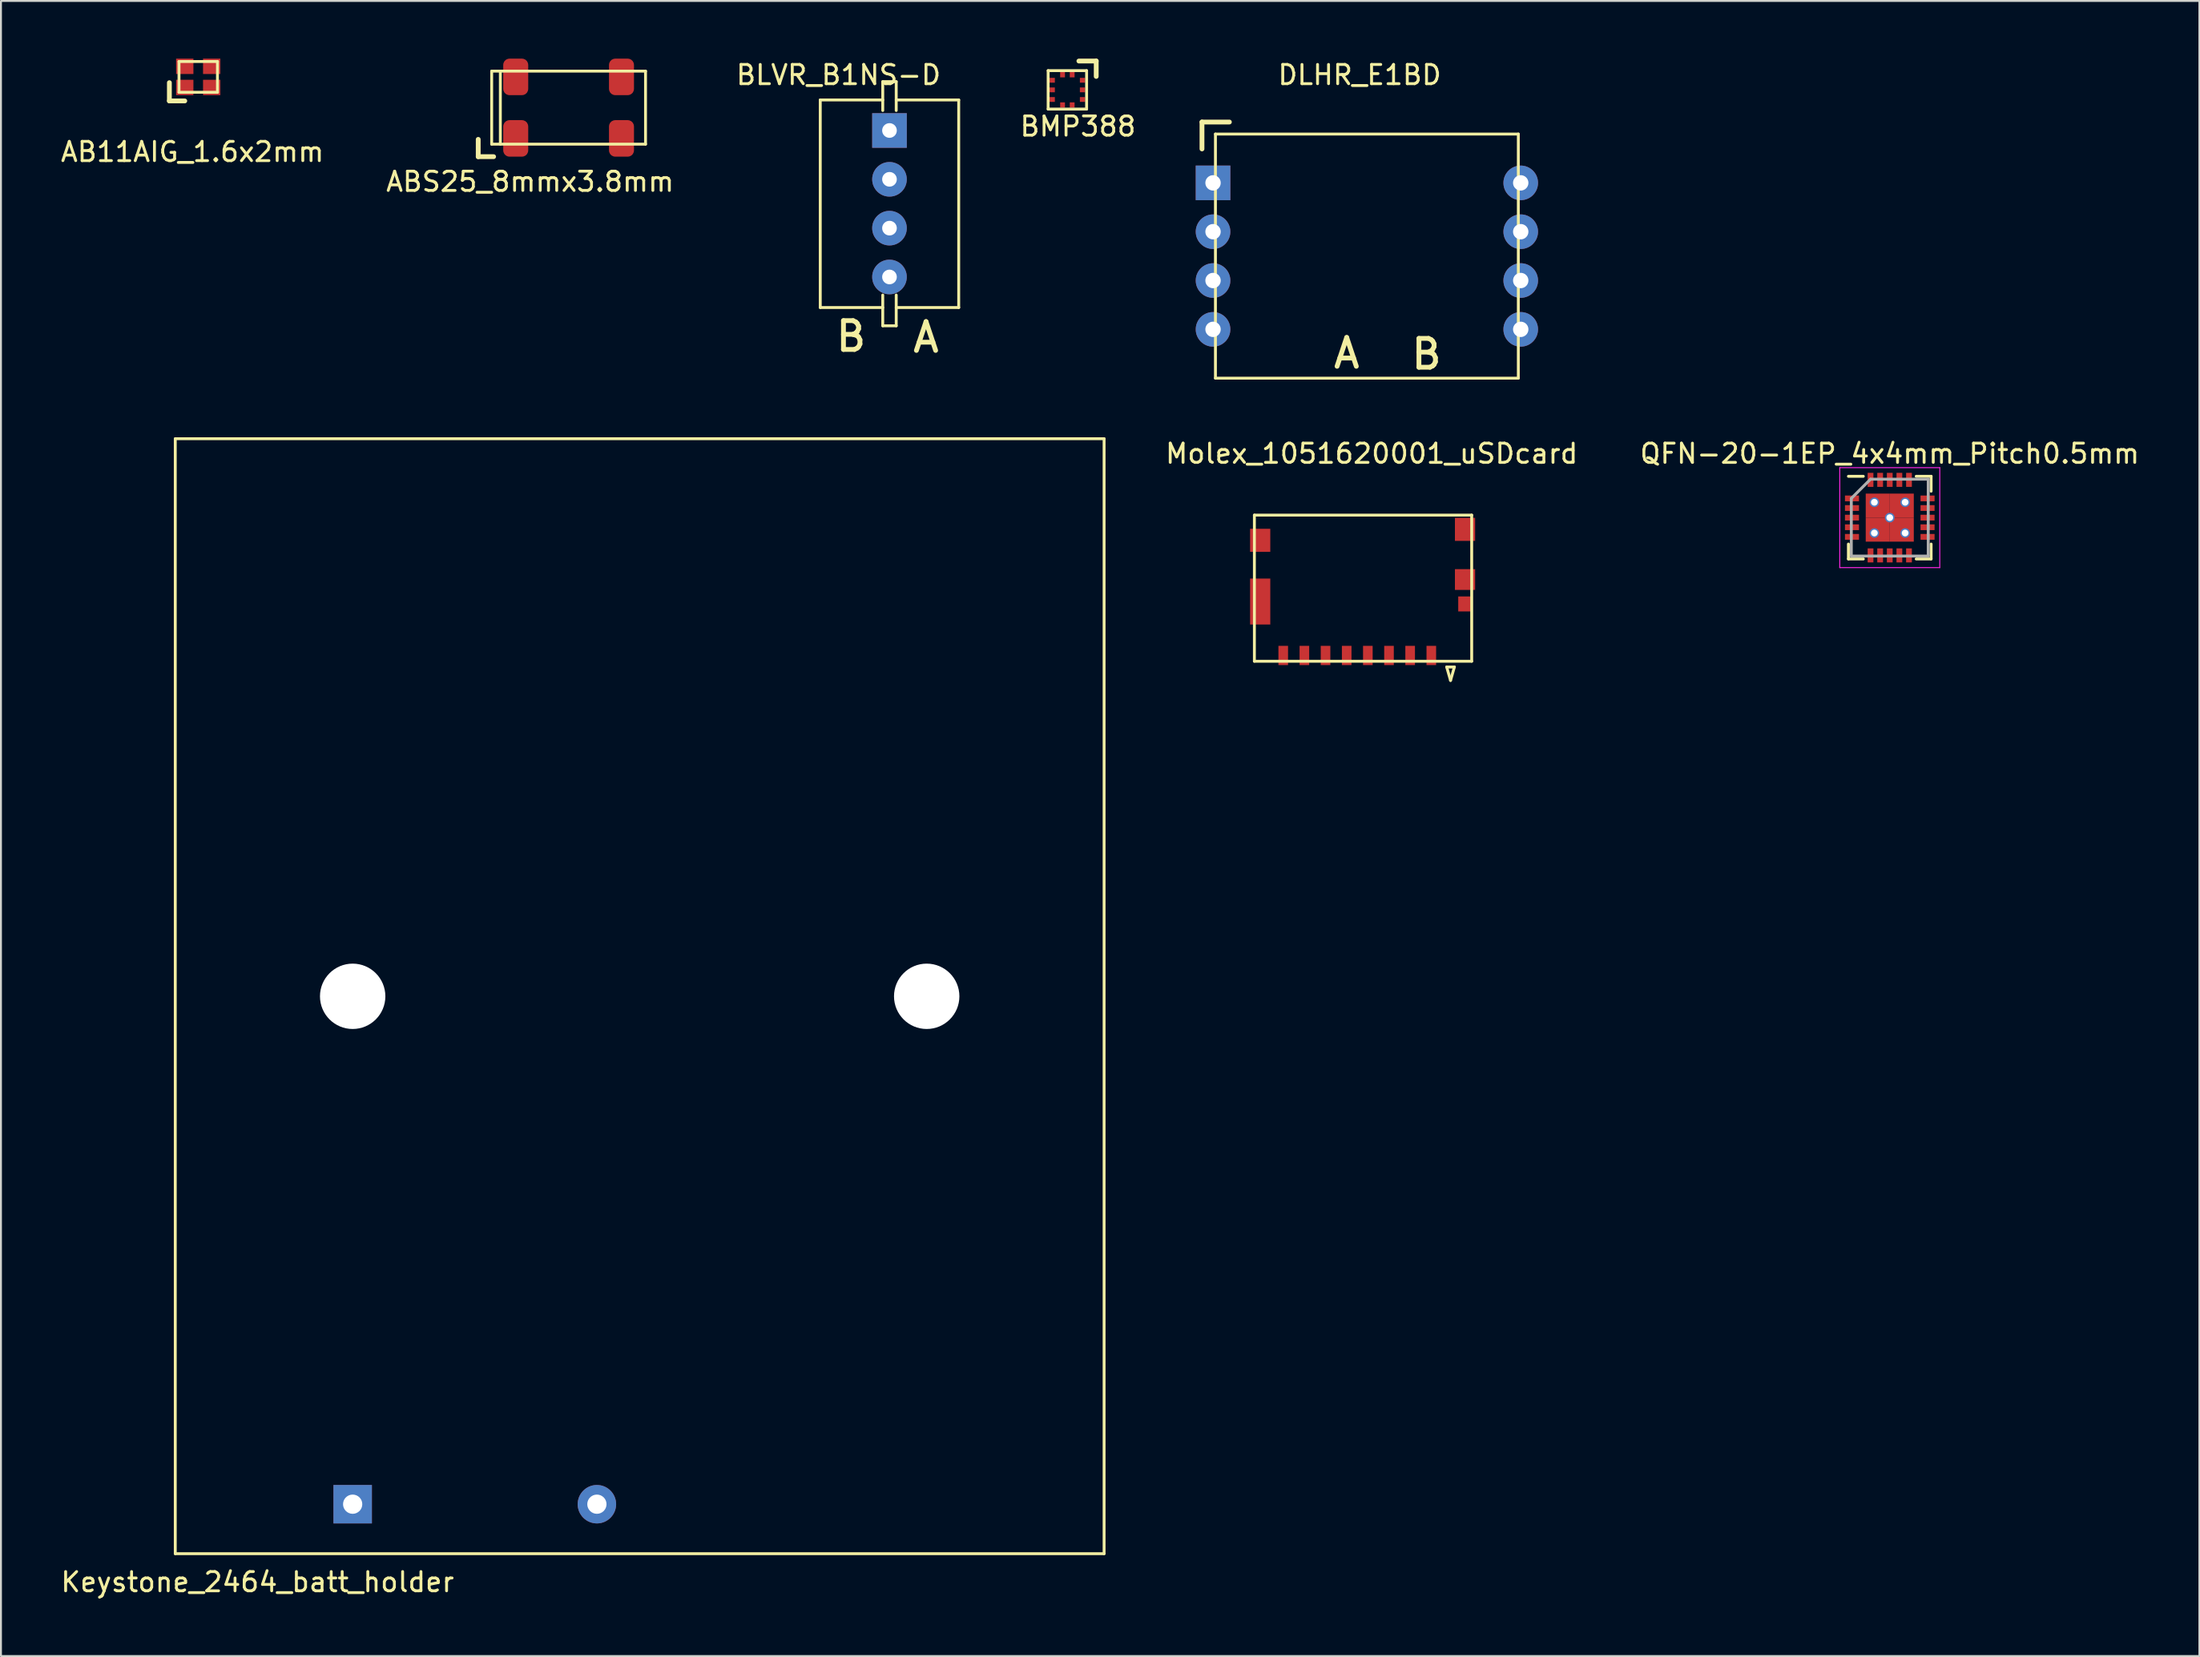
<source format=kicad_pcb>
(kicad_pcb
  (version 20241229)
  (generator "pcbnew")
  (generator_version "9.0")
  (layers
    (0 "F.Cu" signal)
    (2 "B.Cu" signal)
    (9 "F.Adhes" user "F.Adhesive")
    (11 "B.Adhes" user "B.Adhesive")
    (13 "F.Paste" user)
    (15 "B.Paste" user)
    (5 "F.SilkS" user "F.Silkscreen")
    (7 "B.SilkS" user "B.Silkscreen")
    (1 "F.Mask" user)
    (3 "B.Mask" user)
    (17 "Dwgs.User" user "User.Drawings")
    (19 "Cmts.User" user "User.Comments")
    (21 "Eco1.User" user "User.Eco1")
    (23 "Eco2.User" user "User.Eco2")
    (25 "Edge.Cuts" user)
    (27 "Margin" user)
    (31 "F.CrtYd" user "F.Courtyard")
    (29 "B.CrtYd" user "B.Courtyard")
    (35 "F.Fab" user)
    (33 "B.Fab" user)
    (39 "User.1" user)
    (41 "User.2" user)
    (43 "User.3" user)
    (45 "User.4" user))
  (footprint "AB11AIG_1.6x2mm"
    (layer "F.Cu")
    (at 7.258 0.95)
    (property "Reference" "AB11AIG_1.6x2mm" (at -0.3 3.9 0) (layer "F.SilkS") (effects (font (size 1 1) (thickness 0.15))))
    (attr through_hole)
    (fp_line (start -1.5 0.3) (end -1.5 1.25) (stroke (width 0.25) (type solid)) (layer "F.SilkS"))
    (fp_line (start -1.5 1.25) (end -0.7 1.25) (stroke (width 0.25) (type solid)) (layer "F.SilkS"))
    (fp_line (start -1 -0.8) (end -1 0.8) (stroke (width 0.15) (type solid)) (layer "F.SilkS"))
    (fp_line (start -1 0.8) (end 1 0.8) (stroke (width 0.15) (type solid)) (layer "F.SilkS"))
    (fp_line (start 1 -0.8) (end -1 -0.8) (stroke (width 0.15) (type solid)) (layer "F.SilkS"))
    (fp_line (start 1 0.8) (end 1 -0.8) (stroke (width 0.15) (type solid)) (layer "F.SilkS"))
    (pad "1" smd rect (at -0.7 0.55) (size 0.9 0.8) (layers "F.Cu" "F.Mask" "F.Paste"))
    (pad "2" smd rect (at 0.7 0.55) (size 0.9 0.8) (layers "F.Cu" "F.Mask" "F.Paste"))
    (pad "3" smd rect (at 0.7 -0.55) (size 0.9 0.8) (layers "F.Cu" "F.Mask" "F.Paste"))
    (pad "4" smd rect (at -0.7 -0.55) (size 0.9 0.8) (layers "F.Cu" "F.Mask" "F.Paste")))
  (footprint "ABS25_8mmx3.8mm"
    (layer "F.Cu")
    (at 26.518 2.55)
    (property "Reference" "ABS25_8mmx3.8mm" (at -2 3.85 0) (layer "F.SilkS") (effects (font (size 1 1) (thickness 0.15))))
    (attr through_hole)
    (fp_line (start -4.7 1.65) (end -4.7 2.55) (stroke (width 0.25) (type solid)) (layer "F.SilkS"))
    (fp_line (start -4.7 2.55) (end -3.9 2.55) (stroke (width 0.25) (type solid)) (layer "F.SilkS"))
    (fp_line (start -4 -1.9) (end -4 1.9) (stroke (width 0.15) (type solid)) (layer "F.SilkS"))
    (fp_line (start -4 1.9) (end 4 1.9) (stroke (width 0.15) (type solid)) (layer "F.SilkS"))
    (fp_line (start -3.55 1.9) (end -3.55 -1.9) (stroke (width 0.15) (type solid)) (layer "F.SilkS"))
    (fp_line (start 4 -1.9) (end -4 -1.9) (stroke (width 0.15) (type solid)) (layer "F.SilkS"))
    (fp_line (start 4 1.9) (end 4 -1.9) (stroke (width 0.15) (type solid)) (layer "F.SilkS"))
    (pad "1" smd roundrect (at -2.75 1.6) (size 1.3 1.9) (layers "F.Cu" "F.Mask" "F.Paste") (roundrect_rratio 0.25))
    (pad "2" smd roundrect (at 2.75 1.6) (size 1.3 1.9) (layers "F.Cu" "F.Mask" "F.Paste") (roundrect_rratio 0.25))
    (pad "3" smd roundrect (at 2.75 -1.6) (size 1.3 1.9) (layers "F.Cu" "F.Mask" "F.Paste") (roundrect_rratio 0.25))
    (pad "4" smd roundrect (at -2.75 -1.6) (size 1.3 1.9) (layers "F.Cu" "F.Mask" "F.Paste") (roundrect_rratio 0.25)))
  (footprint "BMP388"
    (layer "F.Cu")
    (at 52.454 1.625)
    (property "Reference" "BMP388" (at 0.55 1.9 0) (layer "F.SilkS") (effects (font (size 1 1) (thickness 0.15))))
    (attr through_hole)
    (fp_line (start -1 -1) (end -1 1) (stroke (width 0.15) (type solid)) (layer "F.SilkS"))
    (fp_line (start -1 1) (end 1 1) (stroke (width 0.15) (type solid)) (layer "F.SilkS"))
    (fp_line (start 0.6 -1.5) (end 1.5 -1.5) (stroke (width 0.25) (type solid)) (layer "F.SilkS"))
    (fp_line (start 1 -1) (end -1 -1) (stroke (width 0.15) (type solid)) (layer "F.SilkS"))
    (fp_line (start 1 1) (end 1 -1) (stroke (width 0.15) (type solid)) (layer "F.SilkS"))
    (fp_line (start 1.5 -1.5) (end 1.5 -0.7) (stroke (width 0.25) (type solid)) (layer "F.SilkS"))
    (pad "1" smd rect (at 0.25 -0.788 90) (size 0.275 0.25) (layers "F.Cu" "F.Mask" "F.Paste"))
    (pad "2" smd rect (at -0.25 -0.788 90) (size 0.275 0.25) (layers "F.Cu" "F.Mask" "F.Paste"))
    (pad "3" smd rect (at -0.788 -0.5) (size 0.275 0.25) (layers "F.Cu" "F.Mask" "F.Paste"))
    (pad "4" smd rect (at -0.788 0) (size 0.275 0.25) (layers "F.Cu" "F.Mask" "F.Paste"))
    (pad "5" smd rect (at -0.788 0.5) (size 0.275 0.25) (layers "F.Cu" "F.Mask" "F.Paste"))
    (pad "6" smd rect (at -0.25 0.788 90) (size 0.275 0.25) (layers "F.Cu" "F.Mask" "F.Paste"))
    (pad "7" smd rect (at 0.25 0.788 90) (size 0.275 0.25) (layers "F.Cu" "F.Mask" "F.Paste"))
    (pad "8" smd rect (at 0.788 0.5) (size 0.275 0.25) (layers "F.Cu" "F.Mask" "F.Paste"))
    (pad "9" smd rect (at 0.788 0) (size 0.275 0.25) (layers "F.Cu" "F.Mask" "F.Paste"))
    (pad "10" smd rect (at 0.788 -0.5) (size 0.275 0.25) (layers "F.Cu" "F.Mask" "F.Paste")))
  (footprint "DLHR_E1BD"
    (layer "F.Cu")
    (at 68.029 10.273)
    (property "Reference" "DLHR_E1BD" (at -0.375 -9.425 0) (layer "F.SilkS") (effects (font (size 1 1) (thickness 0.15))))
    (attr through_hole)
    (fp_line (start -8.575 -6.975) (end -7.15 -6.975) (stroke (width 0.25) (type solid)) (layer "F.SilkS"))
    (fp_line (start -8.575 -5.575) (end -8.575 -6.975) (stroke (width 0.25) (type solid)) (layer "F.SilkS"))
    (fp_line (start -7.875 -6.35) (end -7.875 6.35) (stroke (width 0.15) (type solid)) (layer "F.SilkS"))
    (fp_line (start -7.875 6.35) (end 7.875 6.35) (stroke (width 0.15) (type solid)) (layer "F.SilkS"))
    (fp_line (start 7.875 -6.35) (end -7.875 -6.35) (stroke (width 0.15) (type solid)) (layer "F.SilkS"))
    (fp_line (start 7.875 6.35) (end 7.875 -6.35) (stroke (width 0.15) (type solid)) (layer "F.SilkS"))
    (fp_text user "A" (at -1.05 5.05 0) (layer "F.SilkS") (effects (font (size 1.5 1.5) (thickness 0.25))))
    (fp_text user "B" (at 3.1 5.1 0) (layer "F.SilkS") (effects (font (size 1.5 1.5) (thickness 0.25))))
    (pad "1" thru_hole rect (at -8 -3.81) (size 1.8 1.8) (drill 0.8) (layers "*.Cu" "*.Mask"))
    (pad "2" thru_hole circle (at -8 -1.27) (size 1.8 1.8) (drill 0.8) (layers "*.Cu" "*.Mask"))
    (pad "3" thru_hole circle (at -8 1.27) (size 1.8 1.8) (drill 0.8) (layers "*.Cu" "*.Mask"))
    (pad "4" thru_hole circle (at -8 3.81) (size 1.8 1.8) (drill 0.8) (layers "*.Cu" "*.Mask"))
    (pad "5" thru_hole circle (at 8 3.81) (size 1.8 1.8) (drill 0.8) (layers "*.Cu" "*.Mask"))
    (pad "6" thru_hole circle (at 8 1.27) (size 1.8 1.8) (drill 0.8) (layers "*.Cu" "*.Mask"))
    (pad "7" thru_hole circle (at 8 -1.27) (size 1.8 1.8) (drill 0.8) (layers "*.Cu" "*.Mask"))
    (pad "8" thru_hole circle (at 8 -3.81) (size 1.8 1.8) (drill 0.8) (layers "*.Cu" "*.Mask")))
  (footprint "QFN-20-1EP_4x4mm_Pitch0.5mm"
    (layer "F.Cu")
    (at 95.219 23.877)
    (property "Reference" "QFN-20-1EP_4x4mm_Pitch0.5mm" (at 0 -3.33 0) (layer "F.SilkS") (effects (font (size 1 1) (thickness 0.15))))
    (attr smd)
    (fp_line (start -2.15 -2.15) (end -1.375 -2.15) (stroke (width 0.15) (type solid)) (layer "F.SilkS"))
    (fp_line (start -2.15 2.15) (end -2.15 1.375) (stroke (width 0.15) (type solid)) (layer "F.SilkS"))
    (fp_line (start -2.15 2.15) (end -1.375 2.15) (stroke (width 0.15) (type solid)) (layer "F.SilkS"))
    (fp_line (start 2.15 -2.15) (end 1.375 -2.15) (stroke (width 0.15) (type solid)) (layer "F.SilkS"))
    (fp_line (start 2.15 -2.15) (end 2.15 -1.375) (stroke (width 0.15) (type solid)) (layer "F.SilkS"))
    (fp_line (start 2.15 2.15) (end 1.375 2.15) (stroke (width 0.15) (type solid)) (layer "F.SilkS"))
    (fp_line (start 2.15 2.15) (end 2.15 1.375) (stroke (width 0.15) (type solid)) (layer "F.SilkS"))
    (fp_line (start -2.6 -2.6) (end -2.6 2.6) (stroke (width 0.05) (type solid)) (layer "F.CrtYd"))
    (fp_line (start -2.6 -2.6) (end 2.6 -2.6) (stroke (width 0.05) (type solid)) (layer "F.CrtYd"))
    (fp_line (start -2.6 2.6) (end 2.6 2.6) (stroke (width 0.05) (type solid)) (layer "F.CrtYd"))
    (fp_line (start 2.6 -2.6) (end 2.6 2.6) (stroke (width 0.05) (type solid)) (layer "F.CrtYd"))
    (fp_line (start -2 -1) (end -1 -2) (stroke (width 0.15) (type solid)) (layer "F.Fab"))
    (fp_line (start -2 2) (end -2 -1) (stroke (width 0.15) (type solid)) (layer "F.Fab"))
    (fp_line (start -1 -2) (end 2 -2) (stroke (width 0.15) (type solid)) (layer "F.Fab"))
    (fp_line (start 2 -2) (end 2 2) (stroke (width 0.15) (type solid)) (layer "F.Fab"))
    (fp_line (start 2 2) (end -2 2) (stroke (width 0.15) (type solid)) (layer "F.Fab"))
    (pad "1" smd rect (at -1.965 -1) (size 0.73 0.3) (layers "F.Cu" "F.Mask" "F.Paste"))
    (pad "2" smd rect (at -1.965 -0.5) (size 0.73 0.3) (layers "F.Cu" "F.Mask" "F.Paste"))
    (pad "3" smd rect (at -1.965 0) (size 0.73 0.3) (layers "F.Cu" "F.Mask" "F.Paste"))
    (pad "4" smd rect (at -1.965 0.5) (size 0.73 0.3) (layers "F.Cu" "F.Mask" "F.Paste"))
    (pad "5" smd rect (at -1.965 1) (size 0.73 0.3) (layers "F.Cu" "F.Mask" "F.Paste"))
    (pad "6" smd rect (at -1 1.965 90) (size 0.73 0.3) (layers "F.Cu" "F.Mask" "F.Paste"))
    (pad "7" smd rect (at -0.5 1.965 90) (size 0.73 0.3) (layers "F.Cu" "F.Mask" "F.Paste"))
    (pad "8" smd rect (at 0 1.965 90) (size 0.73 0.3) (layers "F.Cu" "F.Mask" "F.Paste"))
    (pad "9" smd rect (at 0.5 1.965 90) (size 0.73 0.3) (layers "F.Cu" "F.Mask" "F.Paste"))
    (pad "10" smd rect (at 1 1.965 90) (size 0.73 0.3) (layers "F.Cu" "F.Mask" "F.Paste"))
    (pad "11" smd rect (at 1.965 1) (size 0.73 0.3) (layers "F.Cu" "F.Mask" "F.Paste"))
    (pad "12" smd rect (at 1.965 0.5) (size 0.73 0.3) (layers "F.Cu" "F.Mask" "F.Paste"))
    (pad "13" smd rect (at 1.965 0) (size 0.73 0.3) (layers "F.Cu" "F.Mask" "F.Paste"))
    (pad "14" smd rect (at 1.965 -0.5) (size 0.73 0.3) (layers "F.Cu" "F.Mask" "F.Paste"))
    (pad "15" smd rect (at 1.965 -1) (size 0.73 0.3) (layers "F.Cu" "F.Mask" "F.Paste"))
    (pad "16" smd rect (at 1 -1.965 90) (size 0.73 0.3) (layers "F.Cu" "F.Mask" "F.Paste"))
    (pad "17" smd rect (at 0.5 -1.965 90) (size 0.73 0.3) (layers "F.Cu" "F.Mask" "F.Paste"))
    (pad "18" smd rect (at 0 -1.965 90) (size 0.73 0.3) (layers "F.Cu" "F.Mask" "F.Paste"))
    (pad "19" smd rect (at -0.5 -1.965 90) (size 0.73 0.3) (layers "F.Cu" "F.Mask" "F.Paste"))
    (pad "20" smd rect (at -1 -1.965 90) (size 0.73 0.3) (layers "F.Cu" "F.Mask" "F.Paste"))
    (pad "21" thru_hole circle (at -0.8 -0.8) (size 0.5 0.5) (drill 0.35) (layers "*.Cu" "*.Mask"))
    (pad "21" thru_hole circle (at -0.8 0.8) (size 0.5 0.5) (drill 0.35) (layers "*.Cu" "*.Mask"))
    (pad "21" smd rect (at -0.625 -0.625) (size 1.25 1.25) (layers "F.Cu" "F.Mask" "F.Paste"))
    (pad "21" smd rect (at -0.625 0.625) (size 1.25 1.25) (layers "F.Cu" "F.Mask" "F.Paste"))
    (pad "21" thru_hole circle (at 0 0) (size 0.5 0.5) (drill 0.35) (layers "*.Cu" "*.Mask"))
    (pad "21" smd rect (at 0.625 -0.625) (size 1.25 1.25) (layers "F.Cu" "F.Mask" "F.Paste"))
    (pad "21" smd rect (at 0.625 0.625) (size 1.25 1.25) (layers "F.Cu" "F.Mask" "F.Paste"))
    (pad "21" thru_hole circle (at 0.8 -0.8) (size 0.5 0.5) (drill 0.35) (layers "*.Cu" "*.Mask"))
    (pad "21" thru_hole circle (at 0.8 0.8) (size 0.5 0.5) (drill 0.35) (layers "*.Cu" "*.Mask")))
  (footprint "Molex_1051620001_uSDcard"
    (layer "F.Cu")
    (at 71.379 31.047)
    (property "Reference" "Molex_1051620001_uSDcard" (at -3.1 -10.5 0) (layer "F.SilkS") (effects (font (size 1 1) (thickness 0.15))))
    (attr through_hole)
    (fp_line (start -9.2 -7.3) (end -9.2 0.3) (stroke (width 0.15) (type solid)) (layer "F.SilkS"))
    (fp_line (start -9.2 0.3) (end 2.1 0.3) (stroke (width 0.15) (type solid)) (layer "F.SilkS"))
    (fp_line (start 0.8 0.6) (end 1.2 0.6) (stroke (width 0.15) (type solid)) (layer "F.SilkS"))
    (fp_line (start 1 1.3) (end 0.8 0.6) (stroke (width 0.15) (type solid)) (layer "F.SilkS"))
    (fp_line (start 1.2 0.6) (end 1 1.3) (stroke (width 0.15) (type solid)) (layer "F.SilkS"))
    (fp_line (start 2.1 -7.3) (end -9.2 -7.3) (stroke (width 0.15) (type solid)) (layer "F.SilkS"))
    (fp_line (start 2.1 0.3) (end 2.1 -7.3) (stroke (width 0.15) (type solid)) (layer "F.SilkS"))
    (pad "1" smd rect (at 0 0) (size 0.5 1) (layers "F.Cu" "F.Mask" "F.Paste"))
    (pad "2" smd rect (at -1.1 0) (size 0.5 1) (layers "F.Cu" "F.Mask" "F.Paste"))
    (pad "3" smd rect (at -2.2 0) (size 0.5 1) (layers "F.Cu" "F.Mask" "F.Paste"))
    (pad "4" smd rect (at -3.3 0) (size 0.5 1) (layers "F.Cu" "F.Mask" "F.Paste"))
    (pad "5" smd rect (at -4.4 0) (size 0.5 1) (layers "F.Cu" "F.Mask" "F.Paste"))
    (pad "6" smd rect (at -5.5 0) (size 0.5 1) (layers "F.Cu" "F.Mask" "F.Paste"))
    (pad "7" smd rect (at -6.6 0) (size 0.5 1) (layers "F.Cu" "F.Mask" "F.Paste"))
    (pad "8" smd rect (at -7.7 0) (size 0.5 1) (layers "F.Cu" "F.Mask" "F.Paste"))
    (pad "9" smd rect (at 1.76 -2.68) (size 0.72 0.78) (layers "F.Cu" "F.Mask" "F.Paste"))
    (pad "10" smd rect (at 1.753 -3.95) (size 1.05 1.08) (layers "F.Cu" "F.Mask" "F.Paste"))
    (pad "11" smd rect (at 1.753 -6.56) (size 1.05 1.2) (layers "F.Cu" "F.Mask" "F.Paste"))
    (pad "12" smd rect (at -8.898 -5.99) (size 1.05 1.2) (layers "F.Cu" "F.Mask" "F.Paste"))
    (pad "13" smd rect (at -8.898 -2.805) (size 1.05 2.39) (layers "F.Cu" "F.Mask" "F.Paste")))
  (footprint "BLVR_B1NS-D"
    (layer "F.Cu")
    (at 43.204 7.548)
    (property "Reference" "BLVR_B1NS-D" (at -2.65 -6.7 0) (layer "F.SilkS") (effects (font (size 1 1) (thickness 0.15))))
    (attr through_hole)
    (fp_line (start -3.6 -5.4) (end -3.6 5.4) (stroke (width 0.15) (type solid)) (layer "F.SilkS"))
    (fp_line (start -3.6 5.4) (end -0.35 5.4) (stroke (width 0.15) (type solid)) (layer "F.SilkS"))
    (fp_line (start -0.35 -6.35) (end -0.35 -4.85) (stroke (width 0.15) (type solid)) (layer "F.SilkS"))
    (fp_line (start -0.35 -6.35) (end 0.35 -6.35) (stroke (width 0.15) (type solid)) (layer "F.SilkS"))
    (fp_line (start -0.35 -5.4) (end -3.6 -5.4) (stroke (width 0.15) (type solid)) (layer "F.SilkS"))
    (fp_line (start -0.35 6.35) (end -0.35 4.75) (stroke (width 0.15) (type solid)) (layer "F.SilkS"))
    (fp_line (start -0.35 6.35) (end 0.35 6.35) (stroke (width 0.15) (type solid)) (layer "F.SilkS"))
    (fp_line (start 0.35 -6.35) (end 0.35 -4.85) (stroke (width 0.15) (type solid)) (layer "F.SilkS"))
    (fp_line (start 0.35 5.4) (end 3.6 5.4) (stroke (width 0.15) (type solid)) (layer "F.SilkS"))
    (fp_line (start 0.35 6.35) (end 0.35 4.75) (stroke (width 0.15) (type solid)) (layer "F.SilkS"))
    (fp_line (start 3.6 -5.4) (end 0.35 -5.4) (stroke (width 0.15) (type solid)) (layer "F.SilkS"))
    (fp_line (start 3.6 5.4) (end 3.6 -5.4) (stroke (width 0.15) (type solid)) (layer "F.SilkS"))
    (fp_text user "A" (at 1.9 6.95 0) (layer "F.SilkS") (effects (font (size 1.5 1.5) (thickness 0.25))))
    (fp_text user "B" (at -2 6.9 0) (layer "F.SilkS") (effects (font (size 1.5 1.5) (thickness 0.25))))
    (pad "1" thru_hole rect (at 0 -3.81) (size 1.8 1.8) (drill 0.762) (layers "*.Cu" "*.Mask"))
    (pad "2" thru_hole circle (at 0 -1.27) (size 1.8 1.8) (drill 0.762) (layers "*.Cu" "*.Mask"))
    (pad "3" thru_hole circle (at 0 1.27) (size 1.8 1.8) (drill 0.762) (layers "*.Cu" "*.Mask"))
    (pad "4" thru_hole circle (at 0 3.81) (size 1.8 1.8) (drill 0.762) (layers "*.Cu" "*.Mask")))
  (footprint "Keystone_2464_batt_holder"
    (layer "F.Cu")
    (at 15.289 75.198)
    (property "Reference" "Keystone_2464_batt_holder" (at -4.95 4.05 0) (layer "F.SilkS") (effects (font (size 1 1) (thickness 0.15))))
    (attr through_hole)
    (fp_line (start -9.225 -55.425) (end -9.225 2.575) (stroke (width 0.15) (type solid)) (layer "F.SilkS"))
    (fp_line (start -9.225 2.575) (end 39.075 2.575) (stroke (width 0.15) (type solid)) (layer "F.SilkS"))
    (fp_line (start 39.075 -55.425) (end -9.225 -55.425) (stroke (width 0.15) (type solid)) (layer "F.SilkS"))
    (fp_line (start 39.075 2.575) (end 39.075 -55.425) (stroke (width 0.15) (type solid)) (layer "F.SilkS"))
    (pad "" np_thru_hole circle (at 0 -26.42) (size 3.4 3.4) (drill 3.4) (layers "*.Cu" "*.Mask"))
    (pad "" np_thru_hole circle (at 29.85 -26.42) (size 3.4 3.4) (drill 3.4) (layers "*.Cu" "*.Mask"))
    (pad "1" thru_hole rect (at 0 0) (size 2 2) (drill 1) (layers "*.Cu" "*.Mask"))
    (pad "2" thru_hole circle (at 12.7 0) (size 2 2) (drill 1) (layers "*.Cu" "*.Mask")))
  (gr_rect
    (start -3 -3)
    (end 111.32 83.097)
    (stroke (width 0.1) (type default))
    (fill no)
    (layer "Edge.Cuts")))
</source>
